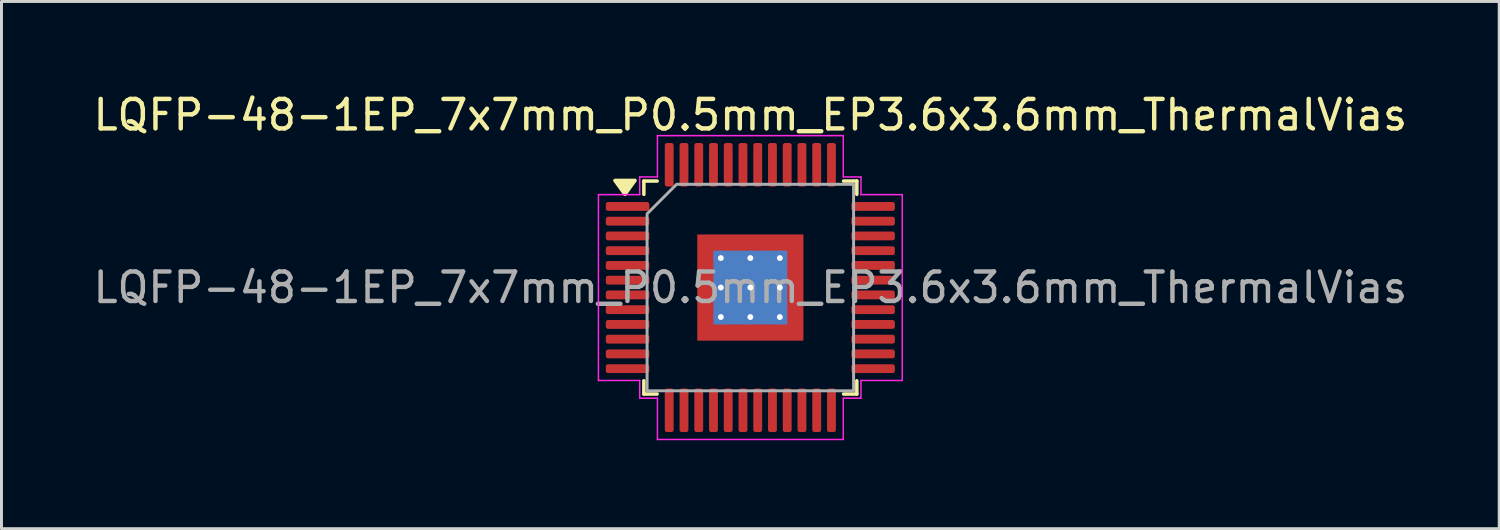
<source format=kicad_pcb>
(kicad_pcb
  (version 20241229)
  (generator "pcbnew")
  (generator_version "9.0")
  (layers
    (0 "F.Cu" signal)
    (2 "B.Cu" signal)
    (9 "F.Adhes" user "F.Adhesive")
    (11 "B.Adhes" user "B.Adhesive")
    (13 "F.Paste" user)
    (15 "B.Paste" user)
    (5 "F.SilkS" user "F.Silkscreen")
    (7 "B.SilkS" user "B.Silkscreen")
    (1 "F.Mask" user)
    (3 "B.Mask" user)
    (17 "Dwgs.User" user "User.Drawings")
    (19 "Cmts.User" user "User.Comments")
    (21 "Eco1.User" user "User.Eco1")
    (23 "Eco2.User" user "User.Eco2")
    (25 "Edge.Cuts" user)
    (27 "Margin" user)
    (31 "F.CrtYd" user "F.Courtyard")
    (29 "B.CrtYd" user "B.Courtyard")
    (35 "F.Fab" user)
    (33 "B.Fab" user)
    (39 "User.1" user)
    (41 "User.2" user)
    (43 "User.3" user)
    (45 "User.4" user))
  (footprint "LQFP-48-1EP_7x7mm_P0.5mm_EP3.6x3.6mm_ThermalVias"
    (layer "F.Cu")
    (at 22.387 6.698)
    (property "Reference" "LQFP-48-1EP_7x7mm_P0.5mm_EP3.6x3.6mm_ThermalVias" (at 0 -5.85 0) (layer "F.SilkS") (effects (font (size 1 1) (thickness 0.15))))
    (attr smd)
    (fp_line (start -3.61 -3.61) (end -3.16 -3.61) (stroke (width 0.12) (type solid)) (layer "F.SilkS"))
    (fp_line (start -3.61 -3.16) (end -3.61 -3.61) (stroke (width 0.12) (type solid)) (layer "F.SilkS"))
    (fp_line (start -3.61 3.61) (end -3.61 3.16) (stroke (width 0.12) (type solid)) (layer "F.SilkS"))
    (fp_line (start -3.16 3.61) (end -3.61 3.61) (stroke (width 0.12) (type solid)) (layer "F.SilkS"))
    (fp_line (start 3.16 -3.61) (end 3.61 -3.61) (stroke (width 0.12) (type solid)) (layer "F.SilkS"))
    (fp_line (start 3.61 -3.61) (end 3.61 -3.16) (stroke (width 0.12) (type solid)) (layer "F.SilkS"))
    (fp_line (start 3.61 3.16) (end 3.61 3.61) (stroke (width 0.12) (type solid)) (layer "F.SilkS"))
    (fp_line (start 3.61 3.61) (end 3.16 3.61) (stroke (width 0.12) (type solid)) (layer "F.SilkS"))
    (fp_poly (pts (xy -4.25 -3.16) (xy -4.59 -3.63) (xy -3.91 -3.63)) (stroke (width 0.12) (type solid)) (fill yes) (layer "F.SilkS"))
    (fp_line (start -5.15 -3.15) (end -3.75 -3.15) (stroke (width 0.05) (type solid)) (layer "F.CrtYd"))
    (fp_line (start -5.15 3.15) (end -5.15 -3.15) (stroke (width 0.05) (type solid)) (layer "F.CrtYd"))
    (fp_line (start -3.75 -3.75) (end -3.15 -3.75) (stroke (width 0.05) (type solid)) (layer "F.CrtYd"))
    (fp_line (start -3.75 -3.15) (end -3.75 -3.75) (stroke (width 0.05) (type solid)) (layer "F.CrtYd"))
    (fp_line (start -3.75 3.15) (end -5.15 3.15) (stroke (width 0.05) (type solid)) (layer "F.CrtYd"))
    (fp_line (start -3.75 3.75) (end -3.75 3.15) (stroke (width 0.05) (type solid)) (layer "F.CrtYd"))
    (fp_line (start -3.15 -5.15) (end 3.15 -5.15) (stroke (width 0.05) (type solid)) (layer "F.CrtYd"))
    (fp_line (start -3.15 -3.75) (end -3.15 -5.15) (stroke (width 0.05) (type solid)) (layer "F.CrtYd"))
    (fp_line (start -3.15 3.75) (end -3.75 3.75) (stroke (width 0.05) (type solid)) (layer "F.CrtYd"))
    (fp_line (start -3.15 5.15) (end -3.15 3.75) (stroke (width 0.05) (type solid)) (layer "F.CrtYd"))
    (fp_line (start 3.15 -5.15) (end 3.15 -3.75) (stroke (width 0.05) (type solid)) (layer "F.CrtYd"))
    (fp_line (start 3.15 -3.75) (end 3.75 -3.75) (stroke (width 0.05) (type solid)) (layer "F.CrtYd"))
    (fp_line (start 3.15 3.75) (end 3.15 5.15) (stroke (width 0.05) (type solid)) (layer "F.CrtYd"))
    (fp_line (start 3.15 5.15) (end -3.15 5.15) (stroke (width 0.05) (type solid)) (layer "F.CrtYd"))
    (fp_line (start 3.75 -3.75) (end 3.75 -3.15) (stroke (width 0.05) (type solid)) (layer "F.CrtYd"))
    (fp_line (start 3.75 -3.15) (end 5.15 -3.15) (stroke (width 0.05) (type solid)) (layer "F.CrtYd"))
    (fp_line (start 3.75 3.15) (end 3.75 3.75) (stroke (width 0.05) (type solid)) (layer "F.CrtYd"))
    (fp_line (start 3.75 3.75) (end 3.15 3.75) (stroke (width 0.05) (type solid)) (layer "F.CrtYd"))
    (fp_line (start 5.15 -3.15) (end 5.15 3.15) (stroke (width 0.05) (type solid)) (layer "F.CrtYd"))
    (fp_line (start 5.15 3.15) (end 3.75 3.15) (stroke (width 0.05) (type solid)) (layer "F.CrtYd"))
    (fp_poly (pts (xy -3.5 -2.5) (xy -3.5 3.5) (xy 3.5 3.5) (xy 3.5 -3.5) (xy -2.5 -3.5)) (stroke (width 0.1) (type solid)) (fill no) (layer "F.Fab"))
    (fp_text user "${REFERENCE}" (at 0 0 0) (layer "F.Fab") (effects (font (size 1 1) (thickness 0.15))))
    (pad "" smd roundrect (at -1.2 -1.2) (size 0.97 0.97) (layers "F.Paste") (roundrect_rratio 0.25))
    (pad "" smd roundrect (at -1.2 0) (size 0.97 0.97) (layers "F.Paste") (roundrect_rratio 0.25))
    (pad "" smd roundrect (at -1.2 1.2) (size 0.97 0.97) (layers "F.Paste") (roundrect_rratio 0.25))
    (pad "" smd roundrect (at 0 -1.2) (size 0.97 0.97) (layers "F.Paste") (roundrect_rratio 0.25))
    (pad "" smd roundrect (at 0 0) (size 0.97 0.97) (layers "F.Paste") (roundrect_rratio 0.25))
    (pad "" smd roundrect (at 0 1.2) (size 0.97 0.97) (layers "F.Paste") (roundrect_rratio 0.25))
    (pad "" smd roundrect (at 1.2 -1.2) (size 0.97 0.97) (layers "F.Paste") (roundrect_rratio 0.25))
    (pad "" smd roundrect (at 1.2 0) (size 0.97 0.97) (layers "F.Paste") (roundrect_rratio 0.25))
    (pad "" smd roundrect (at 1.2 1.2) (size 0.97 0.97) (layers "F.Paste") (roundrect_rratio 0.25))
    (pad "1" smd roundrect (at -4.162 -2.75) (size 1.475 0.3) (layers "F.Cu" "F.Mask" "F.Paste") (roundrect_rratio 0.25))
    (pad "2" smd roundrect (at -4.162 -2.25) (size 1.475 0.3) (layers "F.Cu" "F.Mask" "F.Paste") (roundrect_rratio 0.25))
    (pad "3" smd roundrect (at -4.162 -1.75) (size 1.475 0.3) (layers "F.Cu" "F.Mask" "F.Paste") (roundrect_rratio 0.25))
    (pad "4" smd roundrect (at -4.162 -1.25) (size 1.475 0.3) (layers "F.Cu" "F.Mask" "F.Paste") (roundrect_rratio 0.25))
    (pad "5" smd roundrect (at -4.162 -0.75) (size 1.475 0.3) (layers "F.Cu" "F.Mask" "F.Paste") (roundrect_rratio 0.25))
    (pad "6" smd roundrect (at -4.162 -0.25) (size 1.475 0.3) (layers "F.Cu" "F.Mask" "F.Paste") (roundrect_rratio 0.25))
    (pad "7" smd roundrect (at -4.162 0.25) (size 1.475 0.3) (layers "F.Cu" "F.Mask" "F.Paste") (roundrect_rratio 0.25))
    (pad "8" smd roundrect (at -4.162 0.75) (size 1.475 0.3) (layers "F.Cu" "F.Mask" "F.Paste") (roundrect_rratio 0.25))
    (pad "9" smd roundrect (at -4.162 1.25) (size 1.475 0.3) (layers "F.Cu" "F.Mask" "F.Paste") (roundrect_rratio 0.25))
    (pad "10" smd roundrect (at -4.162 1.75) (size 1.475 0.3) (layers "F.Cu" "F.Mask" "F.Paste") (roundrect_rratio 0.25))
    (pad "11" smd roundrect (at -4.162 2.25) (size 1.475 0.3) (layers "F.Cu" "F.Mask" "F.Paste") (roundrect_rratio 0.25))
    (pad "12" smd roundrect (at -4.162 2.75) (size 1.475 0.3) (layers "F.Cu" "F.Mask" "F.Paste") (roundrect_rratio 0.25))
    (pad "13" smd roundrect (at -2.75 4.162) (size 0.3 1.475) (layers "F.Cu" "F.Mask" "F.Paste") (roundrect_rratio 0.25))
    (pad "14" smd roundrect (at -2.25 4.162) (size 0.3 1.475) (layers "F.Cu" "F.Mask" "F.Paste") (roundrect_rratio 0.25))
    (pad "15" smd roundrect (at -1.75 4.162) (size 0.3 1.475) (layers "F.Cu" "F.Mask" "F.Paste") (roundrect_rratio 0.25))
    (pad "16" smd roundrect (at -1.25 4.162) (size 0.3 1.475) (layers "F.Cu" "F.Mask" "F.Paste") (roundrect_rratio 0.25))
    (pad "17" smd roundrect (at -0.75 4.162) (size 0.3 1.475) (layers "F.Cu" "F.Mask" "F.Paste") (roundrect_rratio 0.25))
    (pad "18" smd roundrect (at -0.25 4.162) (size 0.3 1.475) (layers "F.Cu" "F.Mask" "F.Paste") (roundrect_rratio 0.25))
    (pad "19" smd roundrect (at 0.25 4.162) (size 0.3 1.475) (layers "F.Cu" "F.Mask" "F.Paste") (roundrect_rratio 0.25))
    (pad "20" smd roundrect (at 0.75 4.162) (size 0.3 1.475) (layers "F.Cu" "F.Mask" "F.Paste") (roundrect_rratio 0.25))
    (pad "21" smd roundrect (at 1.25 4.162) (size 0.3 1.475) (layers "F.Cu" "F.Mask" "F.Paste") (roundrect_rratio 0.25))
    (pad "22" smd roundrect (at 1.75 4.162) (size 0.3 1.475) (layers "F.Cu" "F.Mask" "F.Paste") (roundrect_rratio 0.25))
    (pad "23" smd roundrect (at 2.25 4.162) (size 0.3 1.475) (layers "F.Cu" "F.Mask" "F.Paste") (roundrect_rratio 0.25))
    (pad "24" smd roundrect (at 2.75 4.162) (size 0.3 1.475) (layers "F.Cu" "F.Mask" "F.Paste") (roundrect_rratio 0.25))
    (pad "25" smd roundrect (at 4.162 2.75) (size 1.475 0.3) (layers "F.Cu" "F.Mask" "F.Paste") (roundrect_rratio 0.25))
    (pad "26" smd roundrect (at 4.162 2.25) (size 1.475 0.3) (layers "F.Cu" "F.Mask" "F.Paste") (roundrect_rratio 0.25))
    (pad "27" smd roundrect (at 4.162 1.75) (size 1.475 0.3) (layers "F.Cu" "F.Mask" "F.Paste") (roundrect_rratio 0.25))
    (pad "28" smd roundrect (at 4.162 1.25) (size 1.475 0.3) (layers "F.Cu" "F.Mask" "F.Paste") (roundrect_rratio 0.25))
    (pad "29" smd roundrect (at 4.162 0.75) (size 1.475 0.3) (layers "F.Cu" "F.Mask" "F.Paste") (roundrect_rratio 0.25))
    (pad "30" smd roundrect (at 4.162 0.25) (size 1.475 0.3) (layers "F.Cu" "F.Mask" "F.Paste") (roundrect_rratio 0.25))
    (pad "31" smd roundrect (at 4.162 -0.25) (size 1.475 0.3) (layers "F.Cu" "F.Mask" "F.Paste") (roundrect_rratio 0.25))
    (pad "32" smd roundrect (at 4.162 -0.75) (size 1.475 0.3) (layers "F.Cu" "F.Mask" "F.Paste") (roundrect_rratio 0.25))
    (pad "33" smd roundrect (at 4.162 -1.25) (size 1.475 0.3) (layers "F.Cu" "F.Mask" "F.Paste") (roundrect_rratio 0.25))
    (pad "34" smd roundrect (at 4.162 -1.75) (size 1.475 0.3) (layers "F.Cu" "F.Mask" "F.Paste") (roundrect_rratio 0.25))
    (pad "35" smd roundrect (at 4.162 -2.25) (size 1.475 0.3) (layers "F.Cu" "F.Mask" "F.Paste") (roundrect_rratio 0.25))
    (pad "36" smd roundrect (at 4.162 -2.75) (size 1.475 0.3) (layers "F.Cu" "F.Mask" "F.Paste") (roundrect_rratio 0.25))
    (pad "37" smd roundrect (at 2.75 -4.162) (size 0.3 1.475) (layers "F.Cu" "F.Mask" "F.Paste") (roundrect_rratio 0.25))
    (pad "38" smd roundrect (at 2.25 -4.162) (size 0.3 1.475) (layers "F.Cu" "F.Mask" "F.Paste") (roundrect_rratio 0.25))
    (pad "39" smd roundrect (at 1.75 -4.162) (size 0.3 1.475) (layers "F.Cu" "F.Mask" "F.Paste") (roundrect_rratio 0.25))
    (pad "40" smd roundrect (at 1.25 -4.162) (size 0.3 1.475) (layers "F.Cu" "F.Mask" "F.Paste") (roundrect_rratio 0.25))
    (pad "41" smd roundrect (at 0.75 -4.162) (size 0.3 1.475) (layers "F.Cu" "F.Mask" "F.Paste") (roundrect_rratio 0.25))
    (pad "42" smd roundrect (at 0.25 -4.162) (size 0.3 1.475) (layers "F.Cu" "F.Mask" "F.Paste") (roundrect_rratio 0.25))
    (pad "43" smd roundrect (at -0.25 -4.162) (size 0.3 1.475) (layers "F.Cu" "F.Mask" "F.Paste") (roundrect_rratio 0.25))
    (pad "44" smd roundrect (at -0.75 -4.162) (size 0.3 1.475) (layers "F.Cu" "F.Mask" "F.Paste") (roundrect_rratio 0.25))
    (pad "45" smd roundrect (at -1.25 -4.162) (size 0.3 1.475) (layers "F.Cu" "F.Mask" "F.Paste") (roundrect_rratio 0.25))
    (pad "46" smd roundrect (at -1.75 -4.162) (size 0.3 1.475) (layers "F.Cu" "F.Mask" "F.Paste") (roundrect_rratio 0.25))
    (pad "47" smd roundrect (at -2.25 -4.162) (size 0.3 1.475) (layers "F.Cu" "F.Mask" "F.Paste") (roundrect_rratio 0.25))
    (pad "48" smd roundrect (at -2.75 -4.162) (size 0.3 1.475) (layers "F.Cu" "F.Mask" "F.Paste") (roundrect_rratio 0.25))
    (pad "49" thru_hole circle (at -1 -1) (size 0.5 0.5) (drill 0.2) (property pad_prop_heatsink) (layers "*.Cu"))
    (pad "49" thru_hole circle (at -1 0) (size 0.5 0.5) (drill 0.2) (property pad_prop_heatsink) (layers "*.Cu"))
    (pad "49" thru_hole circle (at -1 1) (size 0.5 0.5) (drill 0.2) (property pad_prop_heatsink) (layers "*.Cu"))
    (pad "49" thru_hole circle (at 0 -1) (size 0.5 0.5) (drill 0.2) (property pad_prop_heatsink) (layers "*.Cu"))
    (pad "49" thru_hole circle (at 0 0) (size 0.5 0.5) (drill 0.2) (property pad_prop_heatsink) (layers "*.Cu"))
    (pad "49" smd rect (at 0 0) (size 2.5 2.5) (property pad_prop_heatsink) (layers "B.Cu"))
    (pad "49" smd rect (at 0 0) (size 3.6 3.6) (property pad_prop_heatsink) (layers "F.Cu" "F.Mask"))
    (pad "49" thru_hole circle (at 0 1) (size 0.5 0.5) (drill 0.2) (property pad_prop_heatsink) (layers "*.Cu"))
    (pad "49" thru_hole circle (at 1 -1) (size 0.5 0.5) (drill 0.2) (property pad_prop_heatsink) (layers "*.Cu"))
    (pad "49" thru_hole circle (at 1 0) (size 0.5 0.5) (drill 0.2) (property pad_prop_heatsink) (layers "*.Cu"))
    (pad "49" thru_hole circle (at 1 1) (size 0.5 0.5) (drill 0.2) (property pad_prop_heatsink) (layers "*.Cu")))
  (gr_rect
    (start -3 -3)
    (end 47.774 14.873)
    (stroke (width 0.1) (type default))
    (fill no)
    (layer "Edge.Cuts")))
</source>
